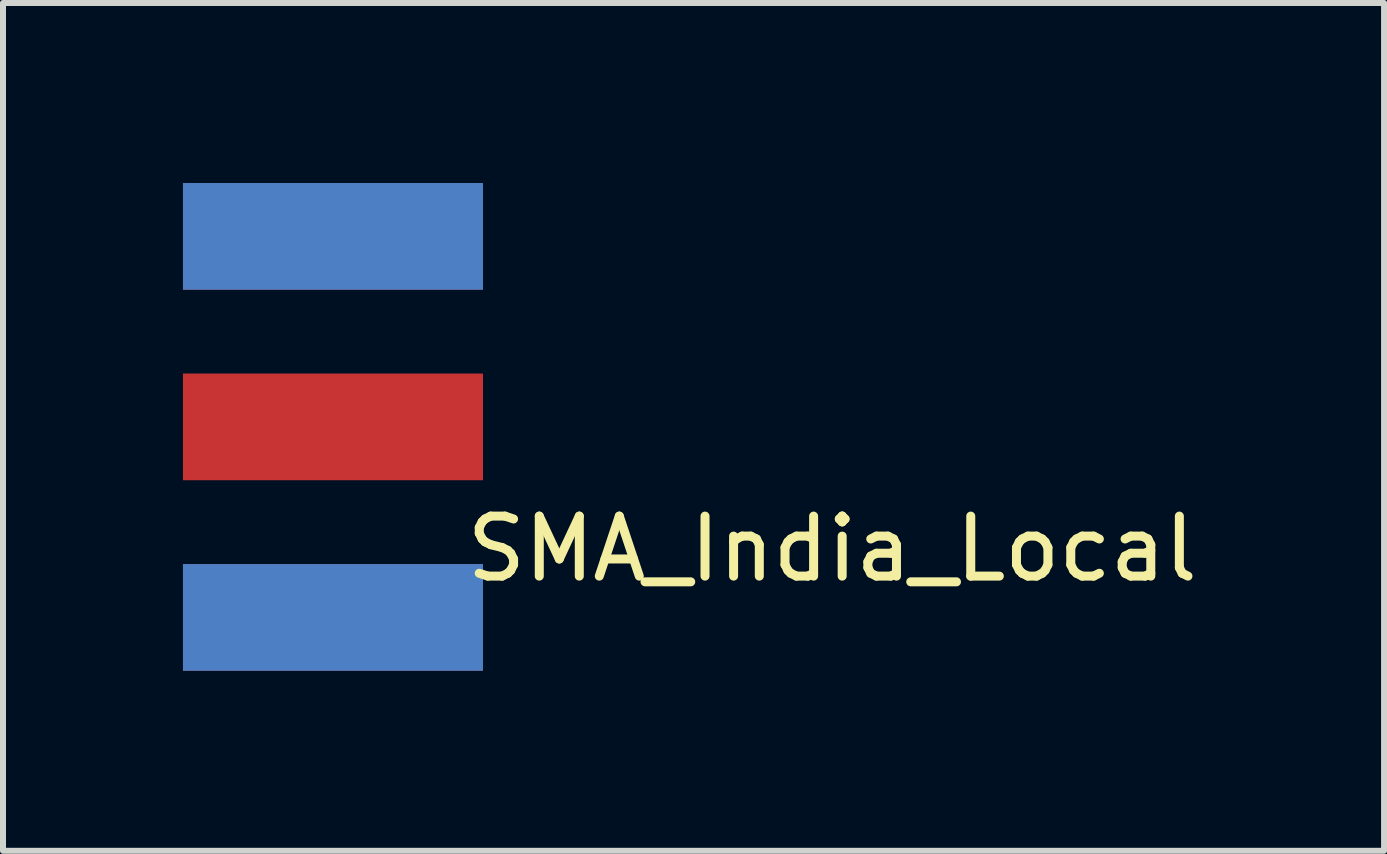
<source format=kicad_pcb>
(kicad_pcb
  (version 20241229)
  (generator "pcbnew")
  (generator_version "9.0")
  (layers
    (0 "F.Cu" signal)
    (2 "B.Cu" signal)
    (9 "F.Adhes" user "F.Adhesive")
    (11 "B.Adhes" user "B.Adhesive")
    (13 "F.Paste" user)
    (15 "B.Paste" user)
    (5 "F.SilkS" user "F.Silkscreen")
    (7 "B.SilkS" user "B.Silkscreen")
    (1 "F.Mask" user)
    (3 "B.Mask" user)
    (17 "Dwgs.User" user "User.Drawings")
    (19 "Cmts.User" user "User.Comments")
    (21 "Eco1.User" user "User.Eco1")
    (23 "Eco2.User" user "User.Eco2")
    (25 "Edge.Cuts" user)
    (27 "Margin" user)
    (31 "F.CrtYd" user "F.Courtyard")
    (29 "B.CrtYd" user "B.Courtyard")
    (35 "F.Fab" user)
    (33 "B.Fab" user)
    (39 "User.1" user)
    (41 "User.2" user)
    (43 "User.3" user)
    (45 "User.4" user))
  (footprint "SMA_India_Local"
    (layer "F.Cu")
    (at 2.563 4.064)
    (property "Reference" "SMA_India_Local" (at 8.255 2.032 0) (layer "F.SilkS") (effects (font (size 1 1) (thickness 0.15))))
    (attr through_hole)
    (pad "1" smd rect (at -0.064 0) (size 5 1.778) (layers "F.Cu" "F.Mask" "F.Paste"))
    (pad "2" smd rect (at -0.064 -3.175) (size 5 1.778) (layers "F.Cu" "F.Mask" "F.Paste"))
    (pad "2" smd rect (at -0.064 -3.175) (size 5 1.778) (layers "B.Cu" "B.Mask" "B.Paste"))
    (pad "2" smd rect (at -0.064 3.175) (size 5 1.778) (layers "F.Cu" "F.Mask" "F.Paste"))
    (pad "2" smd rect (at -0.064 3.175) (size 5 1.778) (layers "B.Cu" "B.Mask" "B.Paste")))
  (gr_rect
    (start -3 -3)
    (end 20.015 11.128)
    (stroke (width 0.1) (type default))
    (fill no)
    (layer "Edge.Cuts")))
</source>
